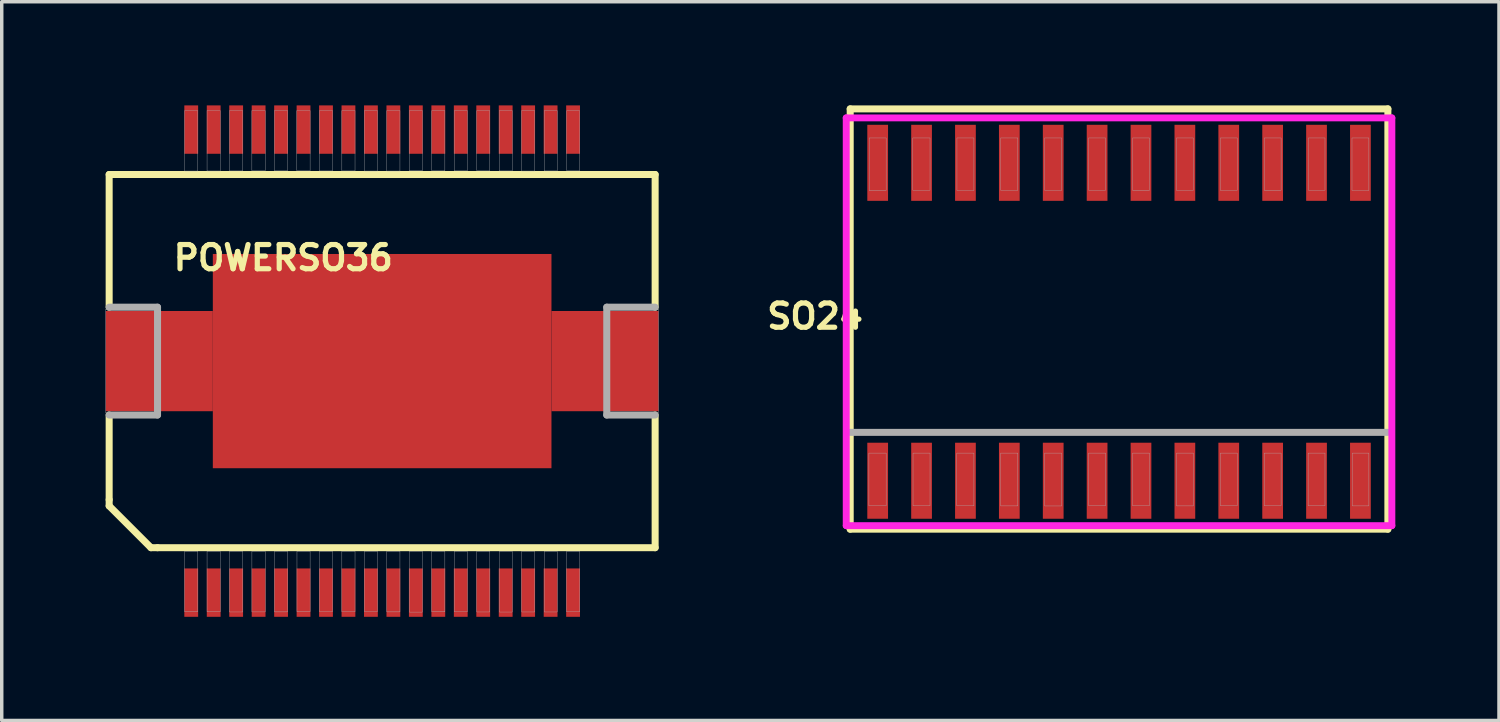
<source format=kicad_pcb>
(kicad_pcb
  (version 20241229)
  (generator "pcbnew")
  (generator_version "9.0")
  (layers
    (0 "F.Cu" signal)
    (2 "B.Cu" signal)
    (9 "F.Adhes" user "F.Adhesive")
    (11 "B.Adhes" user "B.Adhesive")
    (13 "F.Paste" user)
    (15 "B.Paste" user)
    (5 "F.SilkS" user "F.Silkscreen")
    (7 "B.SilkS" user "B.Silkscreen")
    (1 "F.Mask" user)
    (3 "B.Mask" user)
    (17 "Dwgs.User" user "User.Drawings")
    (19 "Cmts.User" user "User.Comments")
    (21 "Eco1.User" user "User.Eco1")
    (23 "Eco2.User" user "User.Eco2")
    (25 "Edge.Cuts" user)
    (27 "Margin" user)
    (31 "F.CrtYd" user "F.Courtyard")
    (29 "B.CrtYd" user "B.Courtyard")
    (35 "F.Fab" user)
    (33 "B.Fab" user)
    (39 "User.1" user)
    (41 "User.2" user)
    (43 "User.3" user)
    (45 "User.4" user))
  (footprint "SO24"
    (layer "F.Cu")
    (at 29.334 6.262)
    (property "Reference" "SO24" (at -8.796 -0.159 180) (layer "F.SilkS") (effects (font (size 0.701 0.701) (thickness 0.15))))
    (attr smd)
    (fp_line (start -7.78 -6.161) (end 7.78 -6.161) (stroke (width 0.203) (type solid)) (layer "F.SilkS"))
    (fp_line (start -7.78 3.2) (end -7.78 -6.161) (stroke (width 0.203) (type solid)) (layer "F.SilkS"))
    (fp_line (start -7.78 6.002) (end -7.78 3.2) (stroke (width 0.203) (type solid)) (layer "F.SilkS"))
    (fp_line (start 7.78 -6.161) (end 7.78 3.2) (stroke (width 0.203) (type solid)) (layer "F.SilkS"))
    (fp_line (start 7.78 3.2) (end 7.78 6.002) (stroke (width 0.203) (type solid)) (layer "F.SilkS"))
    (fp_line (start 7.78 6.002) (end -7.78 6.002) (stroke (width 0.203) (type solid)) (layer "F.SilkS"))
    (fp_line (start -7.895 -5.9) (end 7.895 -5.9) (stroke (width 0.2) (type solid)) (layer "F.CrtYd"))
    (fp_line (start -7.895 5.9) (end -7.895 -5.9) (stroke (width 0.2) (type solid)) (layer "F.CrtYd"))
    (fp_line (start 7.895 -5.9) (end 7.895 5.9) (stroke (width 0.2) (type solid)) (layer "F.CrtYd"))
    (fp_line (start 7.895 5.9) (end -7.895 5.9) (stroke (width 0.2) (type solid)) (layer "F.CrtYd"))
    (fp_line (start 7.78 3.2) (end -7.78 3.2) (stroke (width 0.203) (type solid)) (layer "F.Fab"))
    (fp_poly (pts (xy -7.239 3.8) (xy -6.74 3.8) (xy -6.74 5.326) (xy -7.239 5.326)) (stroke (width 0.01) (type solid)) (fill no) (layer "F.Fab"))
    (fp_poly (pts (xy -7.231 -5.32) (xy -6.74 -5.32) (xy -6.74 -3.8) (xy -7.231 -3.8)) (stroke (width 0.01) (type solid)) (fill no) (layer "F.Fab"))
    (fp_poly (pts (xy -5.971 -5.32) (xy -5.47 -5.32) (xy -5.47 -3.807) (xy -5.971 -3.807)) (stroke (width 0.01) (type solid)) (fill no) (layer "F.Fab"))
    (fp_poly (pts (xy -5.962 3.8) (xy -5.47 3.8) (xy -5.47 5.322) (xy -5.962 5.322)) (stroke (width 0.01) (type solid)) (fill no) (layer "F.Fab"))
    (fp_poly (pts (xy -4.695 3.8) (xy -4.2 3.8) (xy -4.2 5.325) (xy -4.695 5.325)) (stroke (width 0.01) (type solid)) (fill no) (layer "F.Fab"))
    (fp_poly (pts (xy -4.691 -5.32) (xy -4.2 -5.32) (xy -4.2 -3.801) (xy -4.691 -3.801)) (stroke (width 0.01) (type solid)) (fill no) (layer "F.Fab"))
    (fp_poly (pts (xy -3.426 3.8) (xy -2.93 3.8) (xy -2.93 5.329) (xy -3.426 5.329)) (stroke (width 0.01) (type solid)) (fill no) (layer "F.Fab"))
    (fp_poly (pts (xy -3.425 -5.32) (xy -2.93 -5.32) (xy -2.93 -3.805) (xy -3.425 -3.805)) (stroke (width 0.01) (type solid)) (fill no) (layer "F.Fab"))
    (fp_poly (pts (xy -2.154 3.8) (xy -1.66 3.8) (xy -1.66 5.33) (xy -2.154 5.33)) (stroke (width 0.01) (type solid)) (fill no) (layer "F.Fab"))
    (fp_poly (pts (xy -2.152 -5.32) (xy -1.66 -5.32) (xy -1.66 -3.803) (xy -2.152 -3.803)) (stroke (width 0.01) (type solid)) (fill no) (layer "F.Fab"))
    (fp_poly (pts (xy -0.882 -5.32) (xy -0.39 -5.32) (xy -0.39 -3.807) (xy -0.882 -3.807)) (stroke (width 0.01) (type solid)) (fill no) (layer "F.Fab"))
    (fp_poly (pts (xy -0.88 3.8) (xy -0.39 3.8) (xy -0.39 5.321) (xy -0.88 5.321)) (stroke (width 0.01) (type solid)) (fill no) (layer "F.Fab"))
    (fp_poly (pts (xy 0.39 3.8) (xy 0.88 3.8) (xy 0.88 5.322) (xy 0.39 5.322)) (stroke (width 0.01) (type solid)) (fill no) (layer "F.Fab"))
    (fp_poly (pts (xy 0.39 -5.32) (xy 0.88 -5.32) (xy 0.88 -3.804) (xy 0.39 -3.804)) (stroke (width 0.01) (type solid)) (fill no) (layer "F.Fab"))
    (fp_poly (pts (xy 1.661 -5.32) (xy 2.15 -5.32) (xy 2.15 -3.803) (xy 1.661 -3.803)) (stroke (width 0.01) (type solid)) (fill no) (layer "F.Fab"))
    (fp_poly (pts (xy 1.662 3.8) (xy 2.15 3.8) (xy 2.15 5.328) (xy 1.662 5.328)) (stroke (width 0.01) (type solid)) (fill no) (layer "F.Fab"))
    (fp_poly (pts (xy 2.93 3.8) (xy 3.42 3.8) (xy 3.42 5.321) (xy 2.93 5.321)) (stroke (width 0.01) (type solid)) (fill no) (layer "F.Fab"))
    (fp_poly (pts (xy 2.932 -5.32) (xy 3.42 -5.32) (xy 3.42 -3.803) (xy 2.932 -3.803)) (stroke (width 0.01) (type solid)) (fill no) (layer "F.Fab"))
    (fp_poly (pts (xy 4.2 3.8) (xy 4.69 3.8) (xy 4.69 5.32) (xy 4.2 5.32)) (stroke (width 0.01) (type solid)) (fill no) (layer "F.Fab"))
    (fp_poly (pts (xy 4.204 -5.32) (xy 4.69 -5.32) (xy 4.69 -3.804) (xy 4.204 -3.804)) (stroke (width 0.01) (type solid)) (fill no) (layer "F.Fab"))
    (fp_poly (pts (xy 5.472 3.8) (xy 5.96 3.8) (xy 5.96 5.322) (xy 5.472 5.322)) (stroke (width 0.01) (type solid)) (fill no) (layer "F.Fab"))
    (fp_poly (pts (xy 5.48 -5.32) (xy 5.96 -5.32) (xy 5.96 -3.807) (xy 5.48 -3.807)) (stroke (width 0.01) (type solid)) (fill no) (layer "F.Fab"))
    (fp_poly (pts (xy 6.741 -5.32) (xy 7.23 -5.32) (xy 7.23 -3.801) (xy 6.741 -3.801)) (stroke (width 0.01) (type solid)) (fill no) (layer "F.Fab"))
    (fp_poly (pts (xy 6.75 3.8) (xy 7.23 3.8) (xy 7.23 5.328) (xy 6.75 5.328)) (stroke (width 0.01) (type solid)) (fill no) (layer "F.Fab"))
    (pad "1" smd rect (at -6.985 4.6) (size 0.6 2.2) (layers "F.Cu" "F.Mask" "F.Paste"))
    (pad "2" smd rect (at -5.715 4.6) (size 0.6 2.2) (layers "F.Cu" "F.Mask" "F.Paste"))
    (pad "3" smd rect (at -4.445 4.6) (size 0.6 2.2) (layers "F.Cu" "F.Mask" "F.Paste"))
    (pad "4" smd rect (at -3.175 4.6) (size 0.6 2.2) (layers "F.Cu" "F.Mask" "F.Paste"))
    (pad "5" smd rect (at -1.905 4.6) (size 0.6 2.2) (layers "F.Cu" "F.Mask" "F.Paste"))
    (pad "6" smd rect (at -0.635 4.6) (size 0.6 2.2) (layers "F.Cu" "F.Mask" "F.Paste"))
    (pad "7" smd rect (at 0.635 4.6) (size 0.6 2.2) (layers "F.Cu" "F.Mask" "F.Paste"))
    (pad "8" smd rect (at 1.905 4.6) (size 0.6 2.2) (layers "F.Cu" "F.Mask" "F.Paste"))
    (pad "9" smd rect (at 3.175 4.6) (size 0.6 2.2) (layers "F.Cu" "F.Mask" "F.Paste"))
    (pad "10" smd rect (at 4.445 4.6) (size 0.6 2.2) (layers "F.Cu" "F.Mask" "F.Paste"))
    (pad "11" smd rect (at 5.715 4.6) (size 0.6 2.2) (layers "F.Cu" "F.Mask" "F.Paste"))
    (pad "12" smd rect (at 6.985 4.6) (size 0.6 2.2) (layers "F.Cu" "F.Mask" "F.Paste"))
    (pad "13" smd rect (at 6.985 -4.6) (size 0.6 2.2) (layers "F.Cu" "F.Mask" "F.Paste"))
    (pad "14" smd rect (at 5.715 -4.6) (size 0.6 2.2) (layers "F.Cu" "F.Mask" "F.Paste"))
    (pad "15" smd rect (at 4.445 -4.6) (size 0.6 2.2) (layers "F.Cu" "F.Mask" "F.Paste"))
    (pad "16" smd rect (at 3.175 -4.6) (size 0.6 2.2) (layers "F.Cu" "F.Mask" "F.Paste"))
    (pad "17" smd rect (at 1.905 -4.6) (size 0.6 2.2) (layers "F.Cu" "F.Mask" "F.Paste"))
    (pad "18" smd rect (at 0.635 -4.6) (size 0.6 2.2) (layers "F.Cu" "F.Mask" "F.Paste"))
    (pad "19" smd rect (at -0.635 -4.6) (size 0.6 2.2) (layers "F.Cu" "F.Mask" "F.Paste"))
    (pad "20" smd rect (at -1.905 -4.6) (size 0.6 2.2) (layers "F.Cu" "F.Mask" "F.Paste"))
    (pad "21" smd rect (at -3.175 -4.6) (size 0.6 2.2) (layers "F.Cu" "F.Mask" "F.Paste"))
    (pad "22" smd rect (at -4.445 -4.6) (size 0.6 2.2) (layers "F.Cu" "F.Mask" "F.Paste"))
    (pad "23" smd rect (at -5.715 -4.6) (size 0.6 2.2) (layers "F.Cu" "F.Mask" "F.Paste"))
    (pad "24" smd rect (at -6.985 -4.6) (size 0.6 2.2) (layers "F.Cu" "F.Mask" "F.Paste")))
  (footprint "POWERSO36"
    (layer "F.Cu")
    (at 8.009 7.4)
    (property "Reference" "POWERSO36" (at -2.862 -2.989 0) (layer "F.SilkS") (effects (font (size 0.701 0.701) (thickness 0.15))))
    (attr smd)
    (fp_poly (pts (xy -4.9 1.4) (xy -7.9 1.4) (xy -7.9 -1.4) (xy -4.8 -1.4) (xy -4.8 -3) (xy 4.8 -3) (xy 4.8 -1.4) (xy 7.9 -1.4) (xy 7.9 1.4) (xy 4.8 1.4) (xy 4.8 3) (xy -4.8 3) (xy -4.8 1.4)) (stroke (width 0.203) (type solid)) (fill yes) (layer "F.Mask"))
    (fp_line (start -7.9 -5.4) (end 7.9 -5.4) (stroke (width 0.203) (type solid)) (layer "F.SilkS"))
    (fp_line (start -7.9 -1.56) (end -7.9 -5.4) (stroke (width 0.203) (type solid)) (layer "F.SilkS"))
    (fp_line (start -7.9 4.01) (end -7.9 1.56) (stroke (width 0.203) (type solid)) (layer "F.SilkS"))
    (fp_line (start -7.9 4.19) (end -7.9 4.01) (stroke (width 0.203) (type solid)) (layer "F.SilkS"))
    (fp_line (start -6.69 5.4) (end -7.9 4.19) (stroke (width 0.203) (type solid)) (layer "F.SilkS"))
    (fp_line (start -6.5 5.4) (end -6.69 5.4) (stroke (width 0.203) (type solid)) (layer "F.SilkS"))
    (fp_line (start 7.9 -5.4) (end 7.9 -1.56) (stroke (width 0.203) (type solid)) (layer "F.SilkS"))
    (fp_line (start 7.9 1.56) (end 7.9 5.4) (stroke (width 0.203) (type solid)) (layer "F.SilkS"))
    (fp_line (start 7.9 5.4) (end -6.5 5.4) (stroke (width 0.203) (type solid)) (layer "F.SilkS"))
    (fp_poly (pts (xy -7.7 -1.2) (xy -4.6 -1.2) (xy -4.6 -2.8) (xy 4.6 -2.8) (xy 4.6 -1.2) (xy 7.7 -1.2) (xy 7.7 1.2) (xy 4.6 1.2) (xy 4.6 2.8) (xy -4.6 2.8) (xy -4.6 1.2) (xy -7.7 1.2)) (stroke (width 0.203) (type solid)) (fill yes) (layer "F.Paste"))
    (fp_line (start -7.9 1.56) (end -6.5 1.56) (stroke (width 0.203) (type solid)) (layer "F.Fab"))
    (fp_line (start -6.5 -1.56) (end -7.9 -1.56) (stroke (width 0.203) (type solid)) (layer "F.Fab"))
    (fp_line (start -6.5 1.56) (end -6.5 -1.56) (stroke (width 0.203) (type solid)) (layer "F.Fab"))
    (fp_line (start 6.5 -1.56) (end 6.5 1.56) (stroke (width 0.203) (type solid)) (layer "F.Fab"))
    (fp_line (start 6.5 1.56) (end 7.9 1.56) (stroke (width 0.203) (type solid)) (layer "F.Fab"))
    (fp_line (start 7.9 -1.56) (end 6.5 -1.56) (stroke (width 0.203) (type solid)) (layer "F.Fab"))
    (fp_poly (pts (xy -8.004 -1.5) (xy -6.5 -1.5) (xy -6.5 1.501) (xy -8.004 1.501)) (stroke (width 0.01) (type solid)) (fill no) (layer "F.Fab"))
    (fp_poly (pts (xy -5.717 5.5) (xy -5.335 5.5) (xy -5.335 7.253) (xy -5.717 7.253)) (stroke (width 0.01) (type solid)) (fill no) (layer "F.Fab"))
    (fp_poly (pts (xy -5.716 -7.25) (xy -5.335 -7.25) (xy -5.335 -5.501) (xy -5.716 -5.501)) (stroke (width 0.01) (type solid)) (fill no) (layer "F.Fab"))
    (fp_poly (pts (xy -5.067 5.5) (xy -4.685 5.5) (xy -4.685 7.253) (xy -5.067 7.253)) (stroke (width 0.01) (type solid)) (fill no) (layer "F.Fab"))
    (fp_poly (pts (xy -5.067 -7.25) (xy -4.685 -7.25) (xy -4.685 -5.502) (xy -5.067 -5.502)) (stroke (width 0.01) (type solid)) (fill no) (layer "F.Fab"))
    (fp_poly (pts (xy -4.421 5.5) (xy -4.035 5.5) (xy -4.035 7.26) (xy -4.421 7.26)) (stroke (width 0.01) (type solid)) (fill no) (layer "F.Fab"))
    (fp_poly (pts (xy -4.419 -7.25) (xy -4.035 -7.25) (xy -4.035 -5.505) (xy -4.419 -5.505)) (stroke (width 0.01) (type solid)) (fill no) (layer "F.Fab"))
    (fp_poly (pts (xy -3.77 -7.25) (xy -3.385 -7.25) (xy -3.385 -5.508) (xy -3.77 -5.508)) (stroke (width 0.01) (type solid)) (fill no) (layer "F.Fab"))
    (fp_poly (pts (xy -3.769 5.5) (xy -3.385 5.5) (xy -3.385 7.258) (xy -3.769 7.258)) (stroke (width 0.01) (type solid)) (fill no) (layer "F.Fab"))
    (fp_poly (pts (xy -3.121 -7.25) (xy -2.735 -7.25) (xy -2.735 -5.51) (xy -3.121 -5.51)) (stroke (width 0.01) (type solid)) (fill no) (layer "F.Fab"))
    (fp_poly (pts (xy -3.118 5.5) (xy -2.735 5.5) (xy -2.735 7.257) (xy -3.118 7.257)) (stroke (width 0.01) (type solid)) (fill no) (layer "F.Fab"))
    (fp_poly (pts (xy -2.469 -7.25) (xy -2.085 -7.25) (xy -2.085 -5.508) (xy -2.469 -5.508)) (stroke (width 0.01) (type solid)) (fill no) (layer "F.Fab"))
    (fp_poly (pts (xy -2.465 5.5) (xy -2.085 5.5) (xy -2.085 7.251) (xy -2.465 7.251)) (stroke (width 0.01) (type solid)) (fill no) (layer "F.Fab"))
    (fp_poly (pts (xy -1.817 -7.25) (xy -1.435 -7.25) (xy -1.435 -5.505) (xy -1.817 -5.505)) (stroke (width 0.01) (type solid)) (fill no) (layer "F.Fab"))
    (fp_poly (pts (xy -1.815 5.5) (xy -1.435 5.5) (xy -1.435 7.25) (xy -1.815 7.25)) (stroke (width 0.01) (type solid)) (fill no) (layer "F.Fab"))
    (fp_poly (pts (xy -1.166 -7.25) (xy -0.785 -7.25) (xy -0.785 -5.504) (xy -1.166 -5.504)) (stroke (width 0.01) (type solid)) (fill no) (layer "F.Fab"))
    (fp_poly (pts (xy -1.166 5.5) (xy -0.785 5.5) (xy -0.785 7.254) (xy -1.166 7.254)) (stroke (width 0.01) (type solid)) (fill no) (layer "F.Fab"))
    (fp_poly (pts (xy -0.515 -7.25) (xy -0.135 -7.25) (xy -0.135 -5.5) (xy -0.515 -5.5)) (stroke (width 0.01) (type solid)) (fill no) (layer "F.Fab"))
    (fp_poly (pts (xy -0.515 5.5) (xy -0.135 5.5) (xy -0.135 7.25) (xy -0.515 7.25)) (stroke (width 0.01) (type solid)) (fill no) (layer "F.Fab"))
    (fp_poly (pts (xy 0.135 -7.25) (xy 0.515 -7.25) (xy 0.515 -5.501) (xy 0.135 -5.501)) (stroke (width 0.01) (type solid)) (fill no) (layer "F.Fab"))
    (fp_poly (pts (xy 0.135 5.5) (xy 0.515 5.5) (xy 0.515 7.257) (xy 0.135 7.257)) (stroke (width 0.01) (type solid)) (fill no) (layer "F.Fab"))
    (fp_poly (pts (xy 0.786 -7.25) (xy 1.165 -7.25) (xy 1.165 -5.509) (xy 0.786 -5.509)) (stroke (width 0.01) (type solid)) (fill no) (layer "F.Fab"))
    (fp_poly (pts (xy 0.786 5.5) (xy 1.165 5.5) (xy 1.165 7.263) (xy 0.786 7.263)) (stroke (width 0.01) (type solid)) (fill no) (layer "F.Fab"))
    (fp_poly (pts (xy 1.436 5.5) (xy 1.815 5.5) (xy 1.815 7.255) (xy 1.436 7.255)) (stroke (width 0.01) (type solid)) (fill no) (layer "F.Fab"))
    (fp_poly (pts (xy 1.437 -7.25) (xy 1.815 -7.25) (xy 1.815 -5.507) (xy 1.437 -5.507)) (stroke (width 0.01) (type solid)) (fill no) (layer "F.Fab"))
    (fp_poly (pts (xy 2.087 5.5) (xy 2.465 5.5) (xy 2.465 7.256) (xy 2.087 7.256)) (stroke (width 0.01) (type solid)) (fill no) (layer "F.Fab"))
    (fp_poly (pts (xy 2.087 -7.25) (xy 2.465 -7.25) (xy 2.465 -5.506) (xy 2.087 -5.506)) (stroke (width 0.01) (type solid)) (fill no) (layer "F.Fab"))
    (fp_poly (pts (xy 2.738 5.5) (xy 3.115 5.5) (xy 3.115 7.259) (xy 2.738 7.259)) (stroke (width 0.01) (type solid)) (fill no) (layer "F.Fab"))
    (fp_poly (pts (xy 2.74 -7.25) (xy 3.115 -7.25) (xy 3.115 -5.51) (xy 2.74 -5.51)) (stroke (width 0.01) (type solid)) (fill no) (layer "F.Fab"))
    (fp_poly (pts (xy 3.388 -7.25) (xy 3.765 -7.25) (xy 3.765 -5.505) (xy 3.388 -5.505)) (stroke (width 0.01) (type solid)) (fill no) (layer "F.Fab"))
    (fp_poly (pts (xy 3.391 5.5) (xy 3.765 5.5) (xy 3.765 7.262) (xy 3.391 7.262)) (stroke (width 0.01) (type solid)) (fill no) (layer "F.Fab"))
    (fp_poly (pts (xy 4.035 -7.25) (xy 4.415 -7.25) (xy 4.415 -5.501) (xy 4.035 -5.501)) (stroke (width 0.01) (type solid)) (fill no) (layer "F.Fab"))
    (fp_poly (pts (xy 4.04 5.5) (xy 4.415 5.5) (xy 4.415 7.26) (xy 4.04 7.26)) (stroke (width 0.01) (type solid)) (fill no) (layer "F.Fab"))
    (fp_poly (pts (xy 4.689 -7.25) (xy 5.065 -7.25) (xy 5.065 -5.504) (xy 4.689 -5.504)) (stroke (width 0.01) (type solid)) (fill no) (layer "F.Fab"))
    (fp_poly (pts (xy 4.692 5.5) (xy 5.065 5.5) (xy 5.065 7.26) (xy 4.692 7.26)) (stroke (width 0.01) (type solid)) (fill no) (layer "F.Fab"))
    (fp_poly (pts (xy 5.339 5.5) (xy 5.715 5.5) (xy 5.715 7.256) (xy 5.339 7.256)) (stroke (width 0.01) (type solid)) (fill no) (layer "F.Fab"))
    (fp_poly (pts (xy 5.343 -7.25) (xy 5.715 -7.25) (xy 5.715 -5.508) (xy 5.343 -5.508)) (stroke (width 0.01) (type solid)) (fill no) (layer "F.Fab"))
    (fp_poly (pts (xy 6.505 -1.5) (xy 8 -1.5) (xy 8 1.501) (xy 6.505 1.501)) (stroke (width 0.01) (type solid)) (fill no) (layer "F.Fab"))
    (pad "1" smd rect (at -5.525 6.7) (size 0.4 1.4) (layers "F.Cu" "F.Mask" "F.Paste"))
    (pad "2" smd rect (at -4.875 6.7) (size 0.4 1.4) (layers "F.Cu" "F.Mask" "F.Paste"))
    (pad "3" smd rect (at -4.225 6.7) (size 0.4 1.4) (layers "F.Cu" "F.Mask" "F.Paste"))
    (pad "4" smd rect (at -3.575 6.7) (size 0.4 1.4) (layers "F.Cu" "F.Mask" "F.Paste"))
    (pad "5" smd rect (at -2.925 6.7) (size 0.4 1.4) (layers "F.Cu" "F.Mask" "F.Paste"))
    (pad "6" smd rect (at -2.275 6.7) (size 0.4 1.4) (layers "F.Cu" "F.Mask" "F.Paste"))
    (pad "7" smd rect (at -1.625 6.7) (size 0.4 1.4) (layers "F.Cu" "F.Mask" "F.Paste"))
    (pad "8" smd rect (at -0.975 6.7) (size 0.4 1.4) (layers "F.Cu" "F.Mask" "F.Paste"))
    (pad "9" smd rect (at -0.325 6.7) (size 0.4 1.4) (layers "F.Cu" "F.Mask" "F.Paste"))
    (pad "10" smd rect (at 0.325 6.7) (size 0.4 1.4) (layers "F.Cu" "F.Mask" "F.Paste"))
    (pad "11" smd rect (at 0.975 6.7) (size 0.4 1.4) (layers "F.Cu" "F.Mask" "F.Paste"))
    (pad "12" smd rect (at 1.625 6.7) (size 0.4 1.4) (layers "F.Cu" "F.Mask" "F.Paste"))
    (pad "13" smd rect (at 2.275 6.7) (size 0.4 1.4) (layers "F.Cu" "F.Mask" "F.Paste"))
    (pad "14" smd rect (at 2.925 6.7) (size 0.4 1.4) (layers "F.Cu" "F.Mask" "F.Paste"))
    (pad "15" smd rect (at 3.575 6.7) (size 0.4 1.4) (layers "F.Cu" "F.Mask" "F.Paste"))
    (pad "16" smd rect (at 4.225 6.7) (size 0.4 1.4) (layers "F.Cu" "F.Mask" "F.Paste"))
    (pad "17" smd rect (at 4.875 6.7) (size 0.4 1.4) (layers "F.Cu" "F.Mask" "F.Paste"))
    (pad "18" smd rect (at 5.525 6.7) (size 0.4 1.4) (layers "F.Cu" "F.Mask" "F.Paste"))
    (pad "19" smd rect (at 5.525 -6.7 180) (size 0.4 1.4) (layers "F.Cu" "F.Mask" "F.Paste"))
    (pad "20" smd rect (at 4.875 -6.7 180) (size 0.4 1.4) (layers "F.Cu" "F.Mask" "F.Paste"))
    (pad "21" smd rect (at 4.225 -6.7 180) (size 0.4 1.4) (layers "F.Cu" "F.Mask" "F.Paste"))
    (pad "22" smd rect (at 3.575 -6.7 180) (size 0.4 1.4) (layers "F.Cu" "F.Mask" "F.Paste"))
    (pad "23" smd rect (at 2.925 -6.7 180) (size 0.4 1.4) (layers "F.Cu" "F.Mask" "F.Paste"))
    (pad "24" smd rect (at 2.275 -6.7 180) (size 0.4 1.4) (layers "F.Cu" "F.Mask" "F.Paste"))
    (pad "25" smd rect (at 1.625 -6.7 180) (size 0.4 1.4) (layers "F.Cu" "F.Mask" "F.Paste"))
    (pad "26" smd rect (at 0.975 -6.7 180) (size 0.4 1.4) (layers "F.Cu" "F.Mask" "F.Paste"))
    (pad "27" smd rect (at 0.325 -6.7 180) (size 0.4 1.4) (layers "F.Cu" "F.Mask" "F.Paste"))
    (pad "28" smd rect (at -0.325 -6.7 180) (size 0.4 1.4) (layers "F.Cu" "F.Mask" "F.Paste"))
    (pad "29" smd rect (at -0.975 -6.7 180) (size 0.4 1.4) (layers "F.Cu" "F.Mask" "F.Paste"))
    (pad "30" smd rect (at -1.625 -6.7 180) (size 0.4 1.4) (layers "F.Cu" "F.Mask" "F.Paste"))
    (pad "31" smd rect (at -2.275 -6.7 180) (size 0.4 1.4) (layers "F.Cu" "F.Mask" "F.Paste"))
    (pad "32" smd rect (at -2.925 -6.7 180) (size 0.4 1.4) (layers "F.Cu" "F.Mask" "F.Paste"))
    (pad "33" smd rect (at -3.575 -6.7 180) (size 0.4 1.4) (layers "F.Cu" "F.Mask" "F.Paste"))
    (pad "34" smd rect (at -4.225 -6.7 180) (size 0.4 1.4) (layers "F.Cu" "F.Mask" "F.Paste"))
    (pad "35" smd rect (at -4.875 -6.7 180) (size 0.4 1.4) (layers "F.Cu" "F.Mask" "F.Paste"))
    (pad "36" smd rect (at -5.525 -6.7 180) (size 0.4 1.4) (layers "F.Cu" "F.Mask" "F.Paste"))
    (pad "M@1" smd rect (at 0 0) (size 9.8 6.2) (layers "F.Cu"))
    (pad "M@2" smd rect (at -6.45 0) (size 3.1 2.9) (layers "F.Cu"))
    (pad "M@3" smd rect (at 6.45 0) (size 3.1 2.9) (layers "F.Cu")))
  (gr_rect
    (start -3 -3)
    (end 40.329 17.8)
    (stroke (width 0.1) (type default))
    (fill no)
    (layer "Edge.Cuts")))
</source>
